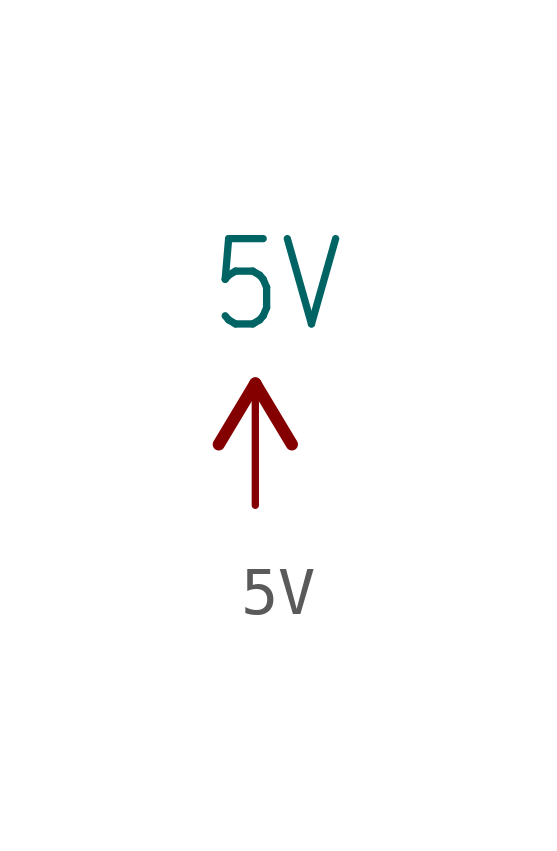
<source format=kicad_sym>
(kicad_symbol_lib
  (version 20220914)
  (generator kicad_symbol_editor)
  (symbol "5V"
    (power)
    (property "Reference" "#SUPPLY"
      (at 0 0 0)
      (effects (font (size 1.27 1.27)) hide))
    (property "Value" "5V"
      (at -1.016 3.556 0)
      (effects (font (size 1.778 1.511)) (justify left bottom)))
    (property "ki_locked" ""
      (at 0 0 0)
      (effects (font (size 1.27 1.27))))
    (symbol "5V_1_0"
      (polyline (pts (xy 0 2.54) (xy -0.762 1.27)) (stroke (width 0.254) (type solid)) (fill (type none)))
      (polyline (pts (xy 0.762 1.27) (xy 0 2.54)) (stroke (width 0.254) (type solid)) (fill (type none)))
      (pin power_in line (at 0 0 90) (length 2.54) (name "5V" (effects (font (size 0 0)))) (number "1" (effects (font (size 0 0))))))))
</source>
